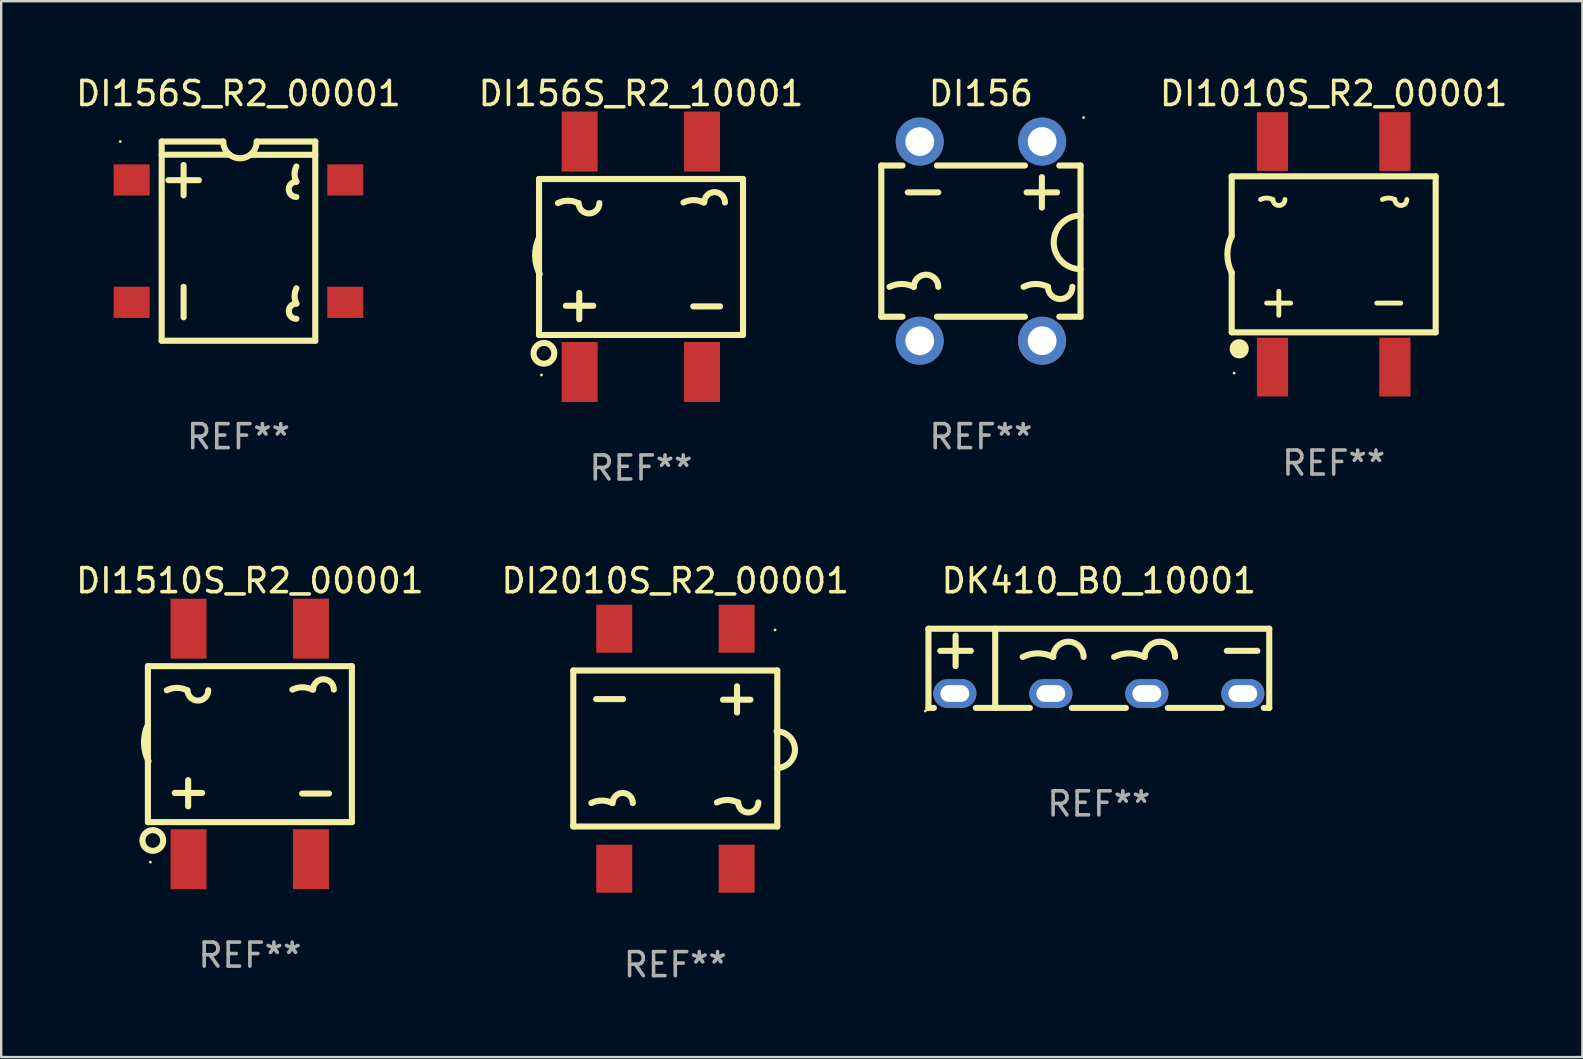
<source format=kicad_pcb>
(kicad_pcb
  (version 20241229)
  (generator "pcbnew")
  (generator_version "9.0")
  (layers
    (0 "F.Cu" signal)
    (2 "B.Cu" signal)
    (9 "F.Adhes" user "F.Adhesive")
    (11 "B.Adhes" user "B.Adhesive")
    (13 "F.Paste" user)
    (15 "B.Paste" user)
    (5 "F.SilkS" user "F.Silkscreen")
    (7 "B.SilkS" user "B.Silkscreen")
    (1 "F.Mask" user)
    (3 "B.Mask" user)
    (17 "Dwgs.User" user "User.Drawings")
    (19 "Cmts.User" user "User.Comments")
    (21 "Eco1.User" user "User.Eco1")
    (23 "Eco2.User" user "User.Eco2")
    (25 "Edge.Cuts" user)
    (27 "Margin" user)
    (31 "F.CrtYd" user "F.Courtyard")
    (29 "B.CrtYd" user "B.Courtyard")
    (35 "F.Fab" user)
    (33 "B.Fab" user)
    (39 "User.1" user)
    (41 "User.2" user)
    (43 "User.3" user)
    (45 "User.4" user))
  (footprint "DI156"
    (layer "F.Cu")
    (at 37.825 6.998)
    (property "Reference" "DI156" (at 0 -6.15 0) (layer "F.SilkS") (effects (font (size 1 1) (thickness 0.15))))
    (attr through_hole)
    (fp_line (start -4.15 -3.15) (end -4.15 3.15) (stroke (width 0.254) (type solid)) (layer "F.SilkS"))
    (fp_line (start -4.15 -3.15) (end -3.266 -3.15) (stroke (width 0.254) (type solid)) (layer "F.SilkS"))
    (fp_line (start -4.15 3.15) (end -3.266 3.15) (stroke (width 0.254) (type solid)) (layer "F.SilkS"))
    (fp_line (start -1.834 -3.15) (end 1.834 -3.15) (stroke (width 0.254) (type solid)) (layer "F.SilkS"))
    (fp_line (start -1.834 3.15) (end 1.834 3.15) (stroke (width 0.254) (type solid)) (layer "F.SilkS"))
    (fp_line (start -1.778 -2.032) (end -3.048 -2.032) (stroke (width 0.254) (type solid)) (layer "F.SilkS"))
    (fp_line (start 1.905 -2.032) (end 3.175 -2.032) (stroke (width 0.254) (type solid)) (layer "F.SilkS"))
    (fp_line (start 2.54 -1.397) (end 2.54 -2.667) (stroke (width 0.254) (type solid)) (layer "F.SilkS"))
    (fp_line (start 3.266 -3.15) (end 4.15 -3.15) (stroke (width 0.254) (type solid)) (layer "F.SilkS"))
    (fp_line (start 3.266 3.15) (end 4.15 3.15) (stroke (width 0.254) (type solid)) (layer "F.SilkS"))
    (fp_line (start 4.15 -3.15) (end 4.15 3.15) (stroke (width 0.254) (type solid)) (layer "F.SilkS"))
    (fp_arc (start -3.810008 1.905004) (mid -3.302007 1.785081) (end -2.794006 1.905004) (stroke (width 0.254001) (type solid)) (layer "F.SilkS"))
    (fp_arc (start -2.794006 1.905004) (mid -2.286005 1.397003) (end -1.778004 1.905004) (stroke (width 0.254001) (type solid)) (layer "F.SilkS"))
    (fp_arc (start 1.778004 1.905004) (mid 2.286005 1.785081) (end 2.794006 1.905004) (stroke (width 0.254001) (type solid)) (layer "F.SilkS"))
    (fp_arc (start 3.810008 1.905004) (mid 3.302007 2.413005) (end 2.794006 1.905004) (stroke (width 0.254001) (type solid)) (layer "F.SilkS"))
    (fp_arc (start 4.150013 1.165837) (mid 3.034061 0.049339) (end 4.150368 -1.066803) (stroke (width 0.254001) (type solid)) (layer "F.SilkS"))
    (fp_circle (center 4.277 -5.15) (end 4.307 -5.15) (stroke (width 0.06) (type solid)) (fill no) (layer "F.SilkS"))
    (fp_text user "REF**" (at 0 8.15 0) (layer "F.Fab") (effects (font (size 1 1) (thickness 0.15))))
    (pad "1" thru_hole circle (at 2.55 -4.15) (size 2 2) (drill 1.2) (layers "*.Cu" "*.Mask"))
    (pad "2" thru_hole circle (at -2.55 -4.15) (size 2 2) (drill 1.2) (layers "*.Cu" "*.Mask"))
    (pad "3" thru_hole circle (at -2.55 4.15) (size 2 2) (drill 1.2) (layers "*.Cu" "*.Mask"))
    (pad "4" thru_hole circle (at 2.55 4.15) (size 2 2) (drill 1.2) (layers "*.Cu" "*.Mask")))
  (footprint "DI1010S_R2_00001"
    (layer "F.Cu")
    (at 52.525 7.548)
    (property "Reference" "DI1010S_R2_00001" (at 0 -6.7 0) (layer "F.SilkS") (effects (font (size 1 1) (thickness 0.15))))
    (attr through_hole)
    (fp_line (start -4.25 -3.25) (end 4.25 -3.25) (stroke (width 0.254) (type solid)) (layer "F.SilkS"))
    (fp_line (start -4.25 -0.762) (end -4.25 -3.25) (stroke (width 0.254) (type solid)) (layer "F.SilkS"))
    (fp_line (start -4.25 3.25) (end -4.25 0.762) (stroke (width 0.254) (type solid)) (layer "F.SilkS"))
    (fp_line (start -2.286 1.54) (end -2.286 2.54) (stroke (width 0.203) (type solid)) (layer "F.SilkS"))
    (fp_line (start -1.794 2.032) (end -2.794 2.032) (stroke (width 0.203) (type solid)) (layer "F.SilkS"))
    (fp_line (start 2.794 2.032) (end 1.794 2.032) (stroke (width 0.203) (type solid)) (layer "F.SilkS"))
    (fp_line (start 4.25 -3.25) (end 4.25 3.25) (stroke (width 0.254) (type solid)) (layer "F.SilkS"))
    (fp_line (start 4.25 3.25) (end -4.25 3.25) (stroke (width 0.254) (type solid)) (layer "F.SilkS"))
    (fp_arc (start -4.250038 0.762077) (mid -4.429799 0.000076) (end -4.250038 -0.761925) (stroke (width 0.254001) (type solid)) (layer "F.SilkS"))
    (fp_arc (start -3.048031 -2.285928) (mid -2.797841 -2.34501) (end -2.547651 -2.285928) (stroke (width 0.2032) (type solid)) (layer "F.SilkS"))
    (fp_arc (start -2.032029 -2.285928) (mid -2.28222 -2.035928) (end -2.532411 -2.285929) (stroke (width 0.2032) (type solid)) (layer "F.SilkS"))
    (fp_arc (start 2.031979 -2.285928) (mid 2.282169 -2.34501) (end 2.532359 -2.285928) (stroke (width 0.2032) (type solid)) (layer "F.SilkS"))
    (fp_arc (start 3.047981 -2.285928) (mid 2.79779 -2.035928) (end 2.547599 -2.285929) (stroke (width 0.2032) (type solid)) (layer "F.SilkS"))
    (fp_circle (center -4.15 4.95) (end -4.12 4.95) (stroke (width 0.06) (type solid)) (fill no) (layer "F.SilkS"))
    (fp_circle (center -3.937 3.937) (end -3.737 3.937) (stroke (width 0.4) (type solid)) (fill no) (layer "F.SilkS"))
    (fp_text user "REF**" (at 0 8.7 0) (layer "F.Fab") (effects (font (size 1 1) (thickness 0.15))))
    (pad "1" smd rect (at -2.55 4.7) (size 1.3 2.45) (layers "F.Cu" "F.Mask" "F.Paste"))
    (pad "2" smd rect (at 2.55 4.7) (size 1.3 2.45) (layers "F.Cu" "F.Mask" "F.Paste"))
    (pad "3" smd rect (at 2.55 -4.7) (size 1.3 2.45) (layers "F.Cu" "F.Mask" "F.Paste"))
    (pad "4" smd rect (at -2.55 -4.7) (size 1.3 2.45) (layers "F.Cu" "F.Mask" "F.Paste")))
  (footprint "DI156S_R2_10001"
    (layer "F.Cu")
    (at 23.661 7.65)
    (property "Reference" "DI156S_R2_10001" (at 0 -6.802 0) (layer "F.SilkS") (effects (font (size 1 1) (thickness 0.15))))
    (attr through_hole)
    (fp_line (start -4.25 3.259) (end -4.25 -3.242) (stroke (width 0.254) (type solid)) (layer "F.SilkS"))
    (fp_line (start -4.249 -3.241) (end 4.25 -3.241) (stroke (width 0.254) (type solid)) (layer "F.SilkS"))
    (fp_line (start -3.132 2.042) (end -1.989 2.042) (stroke (width 0.254) (type solid)) (layer "F.SilkS"))
    (fp_line (start -2.573 1.509) (end -2.573 2.601) (stroke (width 0.254) (type solid)) (layer "F.SilkS"))
    (fp_line (start 2.177 2.068) (end 3.295 2.068) (stroke (width 0.254) (type solid)) (layer "F.SilkS"))
    (fp_line (start 4.25 -3.241) (end 4.25 3.259) (stroke (width 0.254) (type solid)) (layer "F.SilkS"))
    (fp_line (start 4.25 3.258) (end -4.249 3.258) (stroke (width 0.254) (type solid)) (layer "F.SilkS"))
    (fp_arc (start -4.223774 0.721348) (mid -4.412354 -0.037722) (end -4.249174 -0.802654) (stroke (width 0.254001) (type solid)) (layer "F.SilkS"))
    (fp_arc (start -3.461773 -2.237757) (mid -3.042672 -2.336693) (end -2.623571 -2.237757) (stroke (width 0.254001) (type solid)) (layer "F.SilkS"))
    (fp_arc (start -1.734569 -2.237757) (mid -2.16637 -1.805956) (end -2.598171 -2.237757) (stroke (width 0.254001) (type solid)) (layer "F.SilkS"))
    (fp_arc (start 1.770638 -2.263157) (mid 2.189738 -2.362093) (end 2.608839 -2.263157) (stroke (width 0.254001) (type solid)) (layer "F.SilkS"))
    (fp_arc (start 2.634239 -2.263157) (mid 3.06604 -2.694958) (end 3.497841 -2.263157) (stroke (width 0.254001) (type solid)) (layer "F.SilkS"))
    (fp_circle (center -4.147 4.925) (end -4.117 4.925) (stroke (width 0.06) (type solid)) (fill no) (layer "F.SilkS"))
    (fp_circle (center -4.046 4.023) (end -3.614 4.023) (stroke (width 0.254) (type solid)) (fill no) (layer "F.SilkS"))
    (fp_text user "REF**" (at 0 8.802 0) (layer "F.Fab") (effects (font (size 1 1) (thickness 0.15))))
    (pad "1" smd rect (at -2.557 4.802) (size 1.5 2.5) (layers "F.Cu" "F.Mask" "F.Paste"))
    (pad "2" smd rect (at 2.543 4.802) (size 1.5 2.5) (layers "F.Cu" "F.Mask" "F.Paste"))
    (pad "3" smd rect (at 2.543 -4.802) (size 1.5 2.5) (layers "F.Cu" "F.Mask" "F.Paste"))
    (pad "4" smd rect (at -2.557 -4.802) (size 1.5 2.5) (layers "F.Cu" "F.Mask" "F.Paste")))
  (footprint "DK410_B0_10001"
    (layer "F.Cu")
    (at 42.739 24.799)
    (property "Reference" "DK410_B0_10001" (at 0 -3.65 0) (layer "F.SilkS") (effects (font (size 1 1) (thickness 0.15))))
    (attr through_hole)
    (fp_line (start -7.1 -1.65) (end 7.1 -1.65) (stroke (width 0.254) (type solid)) (layer "F.SilkS"))
    (fp_line (start -7.1 1.65) (end -7.1 -1.65) (stroke (width 0.254) (type solid)) (layer "F.SilkS"))
    (fp_line (start -7.1 1.65) (end -6.874 1.65) (stroke (width 0.254) (type solid)) (layer "F.SilkS"))
    (fp_line (start -6.604 -0.728) (end -5.334 -0.728) (stroke (width 0.254) (type solid)) (layer "F.SilkS"))
    (fp_line (start -5.969 -0.093) (end -5.969 -1.363) (stroke (width 0.254) (type solid)) (layer "F.SilkS"))
    (fp_line (start -5.126 1.65) (end -2.874 1.65) (stroke (width 0.254) (type solid)) (layer "F.SilkS"))
    (fp_line (start -4.319 1.647) (end -4.319 -1.65) (stroke (width 0.254) (type solid)) (layer "F.SilkS"))
    (fp_line (start -1.126 1.65) (end 1.126 1.65) (stroke (width 0.254) (type solid)) (layer "F.SilkS"))
    (fp_line (start 2.874 1.65) (end 5.126 1.65) (stroke (width 0.254) (type solid)) (layer "F.SilkS"))
    (fp_line (start 5.334 -0.728) (end 6.604 -0.728) (stroke (width 0.254) (type solid)) (layer "F.SilkS"))
    (fp_line (start 6.874 1.65) (end 7.1 1.65) (stroke (width 0.254) (type solid)) (layer "F.SilkS"))
    (fp_line (start 7.1 -1.65) (end 7.1 1.65) (stroke (width 0.254) (type solid)) (layer "F.SilkS"))
    (fp_arc (start -3.175006 -0.473965) (mid -2.540005 -0.623868) (end -1.905003 -0.473965) (stroke (width 0.254001) (type solid)) (layer "F.SilkS"))
    (fp_arc (start -1.905005 -0.473965) (mid -1.270003 -1.108967) (end -0.635001 -0.473965) (stroke (width 0.254001) (type solid)) (layer "F.SilkS"))
    (fp_arc (start 0.635001 -0.473965) (mid 1.270003 -0.623869) (end 1.905004 -0.473965) (stroke (width 0.254001) (type solid)) (layer "F.SilkS"))
    (fp_arc (start 1.905004 -0.473965) (mid 2.540005 -1.108966) (end 3.175006 -0.473965) (stroke (width 0.254001) (type solid)) (layer "F.SilkS"))
    (fp_circle (center -7.227 1.777) (end -7.197 1.777) (stroke (width 0.06) (type solid)) (fill no) (layer "F.SilkS"))
    (fp_text user "REF**" (at 0 5.65 0) (layer "F.Fab") (effects (font (size 1 1) (thickness 0.15))))
    (pad "1" thru_hole oval (at -6 1.05) (size 1.8 1.2) (drill oval 1.2 0.7) (layers "*.Cu" "*.Mask"))
    (pad "2" thru_hole oval (at -2 1.05) (size 1.8 1.2) (drill oval 1.2 0.7) (layers "*.Cu" "*.Mask"))
    (pad "3" thru_hole oval (at 2 1.05) (size 1.8 1.2) (drill oval 1.2 0.7) (layers "*.Cu" "*.Mask"))
    (pad "4" thru_hole oval (at 6 1.05) (size 1.8 1.2) (drill oval 1.2 0.7) (layers "*.Cu" "*.Mask")))
  (footprint "DI2010S_R2_00001"
    (layer "F.Cu")
    (at 25.089 28.149)
    (property "Reference" "DI2010S_R2_00001" (at 0 -7 0) (layer "F.SilkS") (effects (font (size 1 1) (thickness 0.15))))
    (attr through_hole)
    (fp_line (start -4.25 -3.258) (end 4.249 -3.258) (stroke (width 0.254) (type solid)) (layer "F.SilkS"))
    (fp_line (start -4.25 3.241) (end -4.25 -3.259) (stroke (width 0.254) (type solid)) (layer "F.SilkS"))
    (fp_line (start -2.177 -2.067) (end -3.295 -2.067) (stroke (width 0.254) (type solid)) (layer "F.SilkS"))
    (fp_line (start 2.573 -1.509) (end 2.573 -2.601) (stroke (width 0.254) (type solid)) (layer "F.SilkS"))
    (fp_line (start 3.132 -2.042) (end 1.989 -2.042) (stroke (width 0.254) (type solid)) (layer "F.SilkS"))
    (fp_line (start 4.249 3.241) (end -4.25 3.241) (stroke (width 0.254) (type solid)) (layer "F.SilkS"))
    (fp_line (start 4.25 -3.259) (end 4.25 3.242) (stroke (width 0.254) (type solid)) (layer "F.SilkS"))
    (fp_arc (start -3.497828 2.263221) (mid -3.066027 2.161287) (end -2.634227 2.263221) (stroke (width 0.254001) (type solid)) (layer "F.SilkS"))
    (fp_arc (start -2.608827 2.263221) (mid -2.189726 1.84412) (end -1.770625 2.263221) (stroke (width 0.254001) (type solid)) (layer "F.SilkS"))
    (fp_arc (start 1.734582 2.237821) (mid 2.166383 2.135887) (end 2.598183 2.237821) (stroke (width 0.254001) (type solid)) (layer "F.SilkS"))
    (fp_arc (start 3.461786 2.237821) (mid 3.042685 2.656922) (end 2.623584 2.237821) (stroke (width 0.254001) (type solid)) (layer "F.SilkS"))
    (fp_arc (start 4.223788 -0.721284) (mid 4.985682 0.028231) (end 4.249187 0.802718) (stroke (width 0.254001) (type solid)) (layer "F.SilkS"))
    (fp_circle (center 4.157 -4.95) (end 4.187 -4.95) (stroke (width 0.06) (type solid)) (fill no) (layer "F.SilkS"))
    (fp_text user "REF**" (at 0 9 0) (layer "F.Fab") (effects (font (size 1 1) (thickness 0.15))))
    (pad "1" smd rect (at 2.557 -5 270) (size 2 1.5) (layers "F.Cu" "F.Mask" "F.Paste"))
    (pad "2" smd rect (at -2.543 -5 270) (size 2 1.5) (layers "F.Cu" "F.Mask" "F.Paste"))
    (pad "3" smd rect (at -2.543 5 270) (size 2 1.5) (layers "F.Cu" "F.Mask" "F.Paste"))
    (pad "4" smd rect (at 2.557 5 270) (size 2 1.5) (layers "F.Cu" "F.Mask" "F.Paste")))
  (footprint "DI156S_R2_00001"
    (layer "F.Cu")
    (at 6.887 6.998)
    (property "Reference" "DI156S_R2_00001" (at 0 -6.15 0) (layer "F.SilkS") (effects (font (size 1 1) (thickness 0.15))))
    (attr through_hole)
    (fp_line (start -3.2 -4.15) (end -0.635 -4.15) (stroke (width 0.254) (type solid)) (layer "F.SilkS"))
    (fp_line (start -3.2 4.15) (end -3.2 -4.15) (stroke (width 0.254) (type solid)) (layer "F.SilkS"))
    (fp_line (start -2.921 -2.54) (end -1.651 -2.54) (stroke (width 0.254) (type solid)) (layer "F.SilkS"))
    (fp_line (start -2.286 1.905) (end -2.286 3.175) (stroke (width 0.254) (type solid)) (layer "F.SilkS"))
    (fp_line (start -2.286 -3.175) (end -2.286 -1.905) (stroke (width 0.254) (type solid)) (layer "F.SilkS"))
    (fp_line (start -0.369 -3.602) (end -3.2 -3.602) (stroke (width 0.254) (type solid)) (layer "F.SilkS"))
    (fp_line (start 3.2 -4.15) (end 0.762 -4.15) (stroke (width 0.254) (type solid)) (layer "F.SilkS"))
    (fp_line (start 3.2 -4.15) (end 3.2 4.15) (stroke (width 0.254) (type solid)) (layer "F.SilkS"))
    (fp_line (start 3.2 -3.597) (end 0.498 -3.597) (stroke (width 0.254) (type solid)) (layer "F.SilkS"))
    (fp_line (start 3.2 4.15) (end -3.2 4.15) (stroke (width 0.254) (type solid)) (layer "F.SilkS"))
    (fp_arc (start 0.762027 -4.150025) (mid 0.063322 -3.451854) (end -0.635027 -4.150381) (stroke (width 0.254001) (type solid)) (layer "F.SilkS"))
    (fp_arc (start 2.41303 -2.476518) (mid 2.338079 -2.794018) (end 2.41303 -3.111519) (stroke (width 0.254001) (type solid)) (layer "F.SilkS"))
    (fp_arc (start 2.41303 -1.841516) (mid 2.095529 -2.159017) (end 2.41303 -2.476518) (stroke (width 0.254001) (type solid)) (layer "F.SilkS"))
    (fp_arc (start 2.41303 2.603492) (mid 2.338079 2.285992) (end 2.41303 1.968491) (stroke (width 0.254001) (type solid)) (layer "F.SilkS"))
    (fp_arc (start 2.41303 3.238494) (mid 2.095529 2.920993) (end 2.41303 2.603492) (stroke (width 0.254001) (type solid)) (layer "F.SilkS"))
    (fp_circle (center -4.925 -4.15) (end -4.895 -4.15) (stroke (width 0.06) (type solid)) (fill no) (layer "F.SilkS"))
    (fp_text user "REF**" (at 0 8.15 0) (layer "F.Fab") (effects (font (size 1 1) (thickness 0.15))))
    (pad "1" smd rect (at -4.45 -2.55) (size 1.5 1.3) (layers "F.Cu" "F.Mask" "F.Paste"))
    (pad "2" smd rect (at -4.45 2.55) (size 1.5 1.3) (layers "F.Cu" "F.Mask" "F.Paste"))
    (pad "3" smd rect (at 4.45 2.55) (size 1.5 1.3) (layers "F.Cu" "F.Mask" "F.Paste"))
    (pad "4" smd rect (at 4.45 -2.55) (size 1.5 1.3) (layers "F.Cu" "F.Mask" "F.Paste")))
  (footprint "DI1510S_R2_00001"
    (layer "F.Cu")
    (at 7.363 27.95)
    (property "Reference" "DI1510S_R2_00001" (at 0 -6.802 0) (layer "F.SilkS") (effects (font (size 1 1) (thickness 0.15))))
    (attr through_hole)
    (fp_line (start -4.25 3.259) (end -4.25 -3.242) (stroke (width 0.254) (type solid)) (layer "F.SilkS"))
    (fp_line (start -4.249 -3.241) (end 4.25 -3.241) (stroke (width 0.254) (type solid)) (layer "F.SilkS"))
    (fp_line (start -3.132 2.042) (end -1.989 2.042) (stroke (width 0.254) (type solid)) (layer "F.SilkS"))
    (fp_line (start -2.573 1.509) (end -2.573 2.601) (stroke (width 0.254) (type solid)) (layer "F.SilkS"))
    (fp_line (start 2.177 2.068) (end 3.295 2.068) (stroke (width 0.254) (type solid)) (layer "F.SilkS"))
    (fp_line (start 4.25 -3.241) (end 4.25 3.259) (stroke (width 0.254) (type solid)) (layer "F.SilkS"))
    (fp_line (start 4.25 3.258) (end -4.249 3.258) (stroke (width 0.254) (type solid)) (layer "F.SilkS"))
    (fp_arc (start -4.223774 0.721348) (mid -4.412354 -0.037722) (end -4.249174 -0.802654) (stroke (width 0.254001) (type solid)) (layer "F.SilkS"))
    (fp_arc (start -3.461773 -2.237757) (mid -3.042672 -2.336693) (end -2.623571 -2.237757) (stroke (width 0.254001) (type solid)) (layer "F.SilkS"))
    (fp_arc (start -1.734569 -2.237757) (mid -2.16637 -1.805956) (end -2.598171 -2.237757) (stroke (width 0.254001) (type solid)) (layer "F.SilkS"))
    (fp_arc (start 1.770638 -2.263157) (mid 2.189738 -2.362093) (end 2.608839 -2.263157) (stroke (width 0.254001) (type solid)) (layer "F.SilkS"))
    (fp_arc (start 2.634239 -2.263157) (mid 3.06604 -2.694958) (end 3.497841 -2.263157) (stroke (width 0.254001) (type solid)) (layer "F.SilkS"))
    (fp_circle (center -4.147 4.925) (end -4.117 4.925) (stroke (width 0.06) (type solid)) (fill no) (layer "F.SilkS"))
    (fp_circle (center -4.046 4.023) (end -3.614 4.023) (stroke (width 0.254) (type solid)) (fill no) (layer "F.SilkS"))
    (fp_text user "REF**" (at 0 8.802 0) (layer "F.Fab") (effects (font (size 1 1) (thickness 0.15))))
    (pad "1" smd rect (at -2.557 4.802) (size 1.5 2.5) (layers "F.Cu" "F.Mask" "F.Paste"))
    (pad "2" smd rect (at 2.543 4.802) (size 1.5 2.5) (layers "F.Cu" "F.Mask" "F.Paste"))
    (pad "3" smd rect (at 2.543 -4.802) (size 1.5 2.5) (layers "F.Cu" "F.Mask" "F.Paste"))
    (pad "4" smd rect (at -2.557 -4.802) (size 1.5 2.5) (layers "F.Cu" "F.Mask" "F.Paste")))
  (gr_rect
    (start -3 -3)
    (end 62.888 40.997)
    (stroke (width 0.1) (type default))
    (fill no)
    (layer "Edge.Cuts")))
</source>
